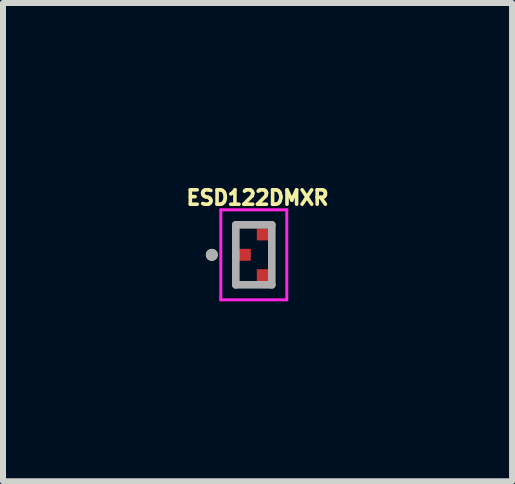
<source format=kicad_pcb>
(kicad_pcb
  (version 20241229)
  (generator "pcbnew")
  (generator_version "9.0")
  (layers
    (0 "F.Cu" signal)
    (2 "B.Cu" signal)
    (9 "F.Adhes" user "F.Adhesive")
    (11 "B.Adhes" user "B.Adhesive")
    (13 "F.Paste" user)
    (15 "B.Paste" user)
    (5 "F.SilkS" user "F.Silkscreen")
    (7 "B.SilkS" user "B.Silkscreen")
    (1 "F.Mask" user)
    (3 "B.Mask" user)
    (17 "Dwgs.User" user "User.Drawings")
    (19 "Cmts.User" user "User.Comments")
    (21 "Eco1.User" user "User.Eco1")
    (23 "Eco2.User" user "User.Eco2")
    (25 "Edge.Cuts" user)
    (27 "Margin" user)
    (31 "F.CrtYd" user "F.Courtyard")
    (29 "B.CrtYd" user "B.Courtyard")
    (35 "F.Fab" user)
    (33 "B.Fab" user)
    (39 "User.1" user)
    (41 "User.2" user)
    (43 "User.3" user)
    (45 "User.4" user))
  (footprint "ESD122DMXR"
    (layer "F.Cu")
    (at 1.181 1.198)
    (property "Reference" "ESD122DMXR" (at 0.062 -0.952 0) (layer "F.SilkS") (effects (font (size 0.24 0.24) (thickness 0.15))))
    (attr smd)
    (fp_poly (pts (xy -0.3 -0.1) (xy -0.3 0.1) (xy -0.3 0.103) (xy -0.3 0.105) (xy -0.299 0.108) (xy -0.299 0.11) (xy -0.298 0.113) (xy -0.298 0.115) (xy -0.297 0.118) (xy -0.296 0.12) (xy -0.295 0.123) (xy -0.293 0.125) (xy -0.292 0.127) (xy -0.29 0.129) (xy -0.289 0.131) (xy -0.287 0.133) (xy -0.285 0.135) (xy -0.283 0.137) (xy -0.281 0.139) (xy -0.279 0.14) (xy -0.277 0.142) (xy -0.275 0.143) (xy -0.273 0.145) (xy -0.27 0.146) (xy -0.268 0.147) (xy -0.265 0.148) (xy -0.263 0.148) (xy -0.26 0.149) (xy -0.258 0.149) (xy -0.255 0.15) (xy -0.253 0.15) (xy -0.25 0.15) (xy -0.05 0.15) (xy -0.047 0.15) (xy -0.045 0.15) (xy -0.042 0.149) (xy -0.04 0.149) (xy -0.037 0.148) (xy -0.035 0.148) (xy -0.032 0.147) (xy -0.03 0.146) (xy -0.027 0.145) (xy -0.025 0.143) (xy -0.023 0.142) (xy -0.021 0.14) (xy -0.019 0.139) (xy -0.017 0.137) (xy -0.015 0.135) (xy -0.013 0.133) (xy -0.011 0.131) (xy -0.01 0.129) (xy -0.008 0.127) (xy -0.007 0.125) (xy -0.005 0.123) (xy -0.004 0.12) (xy -0.003 0.118) (xy -0.002 0.115) (xy -0.002 0.113) (xy -0.001 0.11) (xy -0.001 0.108) (xy 0 0.105) (xy 0 0.103) (xy 0 0.1) (xy 0 -0.1) (xy 0 -0.103) (xy 0 -0.105) (xy -0.001 -0.108) (xy -0.001 -0.11) (xy -0.002 -0.113) (xy -0.002 -0.115) (xy -0.003 -0.118) (xy -0.004 -0.12) (xy -0.005 -0.123) (xy -0.007 -0.125) (xy -0.008 -0.127) (xy -0.01 -0.129) (xy -0.011 -0.131) (xy -0.013 -0.133) (xy -0.015 -0.135) (xy -0.017 -0.137) (xy -0.019 -0.139) (xy -0.021 -0.14) (xy -0.023 -0.142) (xy -0.025 -0.143) (xy -0.027 -0.145) (xy -0.03 -0.146) (xy -0.032 -0.147) (xy -0.035 -0.148) (xy -0.037 -0.148) (xy -0.04 -0.149) (xy -0.042 -0.149) (xy -0.045 -0.15) (xy -0.047 -0.15) (xy -0.05 -0.15) (xy -0.25 -0.15) (xy -0.253 -0.15) (xy -0.255 -0.15) (xy -0.258 -0.149) (xy -0.26 -0.149) (xy -0.263 -0.148) (xy -0.265 -0.148) (xy -0.268 -0.147) (xy -0.27 -0.146) (xy -0.273 -0.145) (xy -0.275 -0.143) (xy -0.277 -0.142) (xy -0.279 -0.14) (xy -0.281 -0.139) (xy -0.283 -0.137) (xy -0.285 -0.135) (xy -0.287 -0.133) (xy -0.289 -0.131) (xy -0.29 -0.129) (xy -0.292 -0.127) (xy -0.293 -0.125) (xy -0.295 -0.123) (xy -0.296 -0.12) (xy -0.297 -0.118) (xy -0.298 -0.115) (xy -0.298 -0.113) (xy -0.299 -0.11) (xy -0.299 -0.108) (xy -0.3 -0.105) (xy -0.3 -0.103) (xy -0.3 -0.1)) (stroke (width 0.01) (type solid)) (fill yes) (layer "F.Mask"))
    (fp_poly (pts (xy 0 -0.44) (xy 0 -0.24) (xy 0 -0.237) (xy 0 -0.235) (xy 0.001 -0.232) (xy 0.001 -0.23) (xy 0.002 -0.227) (xy 0.002 -0.225) (xy 0.003 -0.222) (xy 0.004 -0.22) (xy 0.005 -0.217) (xy 0.007 -0.215) (xy 0.008 -0.213) (xy 0.01 -0.211) (xy 0.011 -0.209) (xy 0.013 -0.207) (xy 0.015 -0.205) (xy 0.017 -0.203) (xy 0.019 -0.201) (xy 0.021 -0.2) (xy 0.023 -0.198) (xy 0.025 -0.197) (xy 0.027 -0.195) (xy 0.03 -0.194) (xy 0.032 -0.193) (xy 0.035 -0.192) (xy 0.037 -0.192) (xy 0.04 -0.191) (xy 0.042 -0.191) (xy 0.045 -0.19) (xy 0.047 -0.19) (xy 0.05 -0.19) (xy 0.25 -0.19) (xy 0.253 -0.19) (xy 0.255 -0.19) (xy 0.258 -0.191) (xy 0.26 -0.191) (xy 0.263 -0.192) (xy 0.265 -0.192) (xy 0.268 -0.193) (xy 0.27 -0.194) (xy 0.273 -0.195) (xy 0.275 -0.197) (xy 0.277 -0.198) (xy 0.279 -0.2) (xy 0.281 -0.201) (xy 0.283 -0.203) (xy 0.285 -0.205) (xy 0.287 -0.207) (xy 0.289 -0.209) (xy 0.29 -0.211) (xy 0.292 -0.213) (xy 0.293 -0.215) (xy 0.295 -0.217) (xy 0.296 -0.22) (xy 0.297 -0.222) (xy 0.298 -0.225) (xy 0.298 -0.227) (xy 0.299 -0.23) (xy 0.299 -0.232) (xy 0.3 -0.235) (xy 0.3 -0.237) (xy 0.3 -0.24) (xy 0.3 -0.44) (xy 0.3 -0.443) (xy 0.3 -0.445) (xy 0.299 -0.448) (xy 0.299 -0.45) (xy 0.298 -0.453) (xy 0.298 -0.455) (xy 0.297 -0.458) (xy 0.296 -0.46) (xy 0.295 -0.463) (xy 0.293 -0.465) (xy 0.292 -0.467) (xy 0.29 -0.469) (xy 0.289 -0.471) (xy 0.287 -0.473) (xy 0.285 -0.475) (xy 0.283 -0.477) (xy 0.281 -0.479) (xy 0.279 -0.48) (xy 0.277 -0.482) (xy 0.275 -0.483) (xy 0.273 -0.485) (xy 0.27 -0.486) (xy 0.268 -0.487) (xy 0.265 -0.488) (xy 0.263 -0.488) (xy 0.26 -0.489) (xy 0.258 -0.489) (xy 0.255 -0.49) (xy 0.253 -0.49) (xy 0.25 -0.49) (xy 0.05 -0.49) (xy 0.047 -0.49) (xy 0.045 -0.49) (xy 0.042 -0.489) (xy 0.04 -0.489) (xy 0.037 -0.488) (xy 0.035 -0.488) (xy 0.032 -0.487) (xy 0.03 -0.486) (xy 0.027 -0.485) (xy 0.025 -0.483) (xy 0.023 -0.482) (xy 0.021 -0.48) (xy 0.019 -0.479) (xy 0.017 -0.477) (xy 0.015 -0.475) (xy 0.013 -0.473) (xy 0.011 -0.471) (xy 0.01 -0.469) (xy 0.008 -0.467) (xy 0.007 -0.465) (xy 0.005 -0.463) (xy 0.004 -0.46) (xy 0.003 -0.458) (xy 0.002 -0.455) (xy 0.002 -0.453) (xy 0.001 -0.45) (xy 0.001 -0.448) (xy 0 -0.445) (xy 0 -0.443) (xy 0 -0.44)) (stroke (width 0.01) (type solid)) (fill yes) (layer "F.Mask"))
    (fp_poly (pts (xy 0 0.24) (xy 0 0.44) (xy 0 0.443) (xy 0 0.445) (xy 0.001 0.448) (xy 0.001 0.45) (xy 0.002 0.453) (xy 0.002 0.455) (xy 0.003 0.458) (xy 0.004 0.46) (xy 0.005 0.463) (xy 0.007 0.465) (xy 0.008 0.467) (xy 0.01 0.469) (xy 0.011 0.471) (xy 0.013 0.473) (xy 0.015 0.475) (xy 0.017 0.477) (xy 0.019 0.479) (xy 0.021 0.48) (xy 0.023 0.482) (xy 0.025 0.483) (xy 0.027 0.485) (xy 0.03 0.486) (xy 0.032 0.487) (xy 0.035 0.488) (xy 0.037 0.488) (xy 0.04 0.489) (xy 0.042 0.489) (xy 0.045 0.49) (xy 0.047 0.49) (xy 0.05 0.49) (xy 0.25 0.49) (xy 0.253 0.49) (xy 0.255 0.49) (xy 0.258 0.489) (xy 0.26 0.489) (xy 0.263 0.488) (xy 0.265 0.488) (xy 0.268 0.487) (xy 0.27 0.486) (xy 0.273 0.485) (xy 0.275 0.483) (xy 0.277 0.482) (xy 0.279 0.48) (xy 0.281 0.479) (xy 0.283 0.477) (xy 0.285 0.475) (xy 0.287 0.473) (xy 0.289 0.471) (xy 0.29 0.469) (xy 0.292 0.467) (xy 0.293 0.465) (xy 0.295 0.463) (xy 0.296 0.46) (xy 0.297 0.458) (xy 0.298 0.455) (xy 0.298 0.453) (xy 0.299 0.45) (xy 0.299 0.448) (xy 0.3 0.445) (xy 0.3 0.443) (xy 0.3 0.44) (xy 0.3 0.24) (xy 0.3 0.237) (xy 0.3 0.235) (xy 0.299 0.232) (xy 0.299 0.23) (xy 0.298 0.227) (xy 0.298 0.225) (xy 0.297 0.222) (xy 0.296 0.22) (xy 0.295 0.217) (xy 0.293 0.215) (xy 0.292 0.213) (xy 0.29 0.211) (xy 0.289 0.209) (xy 0.287 0.207) (xy 0.285 0.205) (xy 0.283 0.203) (xy 0.281 0.201) (xy 0.279 0.2) (xy 0.277 0.198) (xy 0.275 0.197) (xy 0.273 0.195) (xy 0.27 0.194) (xy 0.268 0.193) (xy 0.265 0.192) (xy 0.263 0.192) (xy 0.26 0.191) (xy 0.258 0.191) (xy 0.255 0.19) (xy 0.253 0.19) (xy 0.25 0.19) (xy 0.05 0.19) (xy 0.047 0.19) (xy 0.045 0.19) (xy 0.042 0.191) (xy 0.04 0.191) (xy 0.037 0.192) (xy 0.035 0.192) (xy 0.032 0.193) (xy 0.03 0.194) (xy 0.027 0.195) (xy 0.025 0.197) (xy 0.023 0.198) (xy 0.021 0.2) (xy 0.019 0.201) (xy 0.017 0.203) (xy 0.015 0.205) (xy 0.013 0.207) (xy 0.011 0.209) (xy 0.01 0.211) (xy 0.008 0.213) (xy 0.007 0.215) (xy 0.005 0.217) (xy 0.004 0.22) (xy 0.003 0.222) (xy 0.002 0.225) (xy 0.002 0.227) (xy 0.001 0.23) (xy 0.001 0.232) (xy 0 0.235) (xy 0 0.237) (xy 0 0.24)) (stroke (width 0.01) (type solid)) (fill yes) (layer "F.Mask"))
    (fp_circle (center -0.7 0) (end -0.65 0) (stroke (width 0.1) (type solid)) (fill no) (layer "F.SilkS"))
    (fp_poly (pts (xy -0.205 -0.105) (xy -0.208 -0.105) (xy -0.21 -0.105) (xy -0.213 -0.104) (xy -0.215 -0.104) (xy -0.218 -0.103) (xy -0.22 -0.103) (xy -0.223 -0.102) (xy -0.225 -0.101) (xy -0.228 -0.1) (xy -0.23 -0.098) (xy -0.232 -0.097) (xy -0.234 -0.095) (xy -0.236 -0.094) (xy -0.238 -0.092) (xy -0.24 -0.09) (xy -0.242 -0.088) (xy -0.244 -0.086) (xy -0.245 -0.084) (xy -0.247 -0.082) (xy -0.248 -0.08) (xy -0.25 -0.078) (xy -0.251 -0.075) (xy -0.252 -0.073) (xy -0.253 -0.07) (xy -0.253 -0.068) (xy -0.254 -0.065) (xy -0.254 -0.063) (xy -0.255 -0.06) (xy -0.255 -0.058) (xy -0.255 -0.055) (xy -0.255 0.055) (xy -0.255 0.058) (xy -0.255 0.06) (xy -0.254 0.063) (xy -0.254 0.065) (xy -0.253 0.068) (xy -0.253 0.07) (xy -0.252 0.073) (xy -0.251 0.075) (xy -0.25 0.078) (xy -0.248 0.08) (xy -0.247 0.082) (xy -0.245 0.084) (xy -0.244 0.086) (xy -0.242 0.088) (xy -0.24 0.09) (xy -0.238 0.092) (xy -0.236 0.094) (xy -0.234 0.095) (xy -0.232 0.097) (xy -0.23 0.098) (xy -0.228 0.1) (xy -0.225 0.101) (xy -0.223 0.102) (xy -0.22 0.103) (xy -0.218 0.103) (xy -0.215 0.104) (xy -0.213 0.104) (xy -0.21 0.105) (xy -0.208 0.105) (xy -0.205 0.105) (xy -0.095 0.105) (xy -0.092 0.105) (xy -0.09 0.105) (xy -0.087 0.104) (xy -0.085 0.104) (xy -0.082 0.103) (xy -0.08 0.103) (xy -0.077 0.102) (xy -0.075 0.101) (xy -0.072 0.1) (xy -0.07 0.098) (xy -0.068 0.097) (xy -0.066 0.095) (xy -0.064 0.094) (xy -0.062 0.092) (xy -0.06 0.09) (xy -0.058 0.088) (xy -0.056 0.086) (xy -0.055 0.084) (xy -0.053 0.082) (xy -0.052 0.08) (xy -0.05 0.078) (xy -0.049 0.075) (xy -0.048 0.073) (xy -0.047 0.07) (xy -0.047 0.068) (xy -0.046 0.065) (xy -0.046 0.063) (xy -0.045 0.06) (xy -0.045 0.058) (xy -0.045 0.055) (xy -0.045 -0.055) (xy -0.045 -0.058) (xy -0.045 -0.06) (xy -0.046 -0.063) (xy -0.046 -0.065) (xy -0.047 -0.068) (xy -0.047 -0.07) (xy -0.048 -0.073) (xy -0.049 -0.075) (xy -0.05 -0.078) (xy -0.052 -0.08) (xy -0.053 -0.082) (xy -0.055 -0.084) (xy -0.056 -0.086) (xy -0.058 -0.088) (xy -0.06 -0.09) (xy -0.062 -0.092) (xy -0.064 -0.094) (xy -0.066 -0.095) (xy -0.068 -0.097) (xy -0.07 -0.098) (xy -0.072 -0.1) (xy -0.075 -0.101) (xy -0.077 -0.102) (xy -0.08 -0.103) (xy -0.082 -0.103) (xy -0.085 -0.104) (xy -0.087 -0.104) (xy -0.09 -0.105) (xy -0.092 -0.105) (xy -0.095 -0.105) (xy -0.205 -0.105)) (stroke (width 0.01) (type solid)) (fill yes) (layer "F.Paste"))
    (fp_poly (pts (xy 0.095 -0.445) (xy 0.092 -0.445) (xy 0.09 -0.445) (xy 0.087 -0.444) (xy 0.085 -0.444) (xy 0.082 -0.443) (xy 0.08 -0.443) (xy 0.077 -0.442) (xy 0.075 -0.441) (xy 0.072 -0.44) (xy 0.07 -0.438) (xy 0.068 -0.437) (xy 0.066 -0.435) (xy 0.064 -0.434) (xy 0.062 -0.432) (xy 0.06 -0.43) (xy 0.058 -0.428) (xy 0.056 -0.426) (xy 0.055 -0.424) (xy 0.053 -0.422) (xy 0.052 -0.42) (xy 0.05 -0.418) (xy 0.049 -0.415) (xy 0.048 -0.413) (xy 0.047 -0.41) (xy 0.047 -0.408) (xy 0.046 -0.405) (xy 0.046 -0.403) (xy 0.045 -0.4) (xy 0.045 -0.398) (xy 0.045 -0.395) (xy 0.045 -0.285) (xy 0.045 -0.282) (xy 0.045 -0.28) (xy 0.046 -0.277) (xy 0.046 -0.275) (xy 0.047 -0.272) (xy 0.047 -0.27) (xy 0.048 -0.267) (xy 0.049 -0.265) (xy 0.05 -0.262) (xy 0.052 -0.26) (xy 0.053 -0.258) (xy 0.055 -0.256) (xy 0.056 -0.254) (xy 0.058 -0.252) (xy 0.06 -0.25) (xy 0.062 -0.248) (xy 0.064 -0.246) (xy 0.066 -0.245) (xy 0.068 -0.243) (xy 0.07 -0.242) (xy 0.072 -0.24) (xy 0.075 -0.239) (xy 0.077 -0.238) (xy 0.08 -0.237) (xy 0.082 -0.237) (xy 0.085 -0.236) (xy 0.087 -0.236) (xy 0.09 -0.235) (xy 0.092 -0.235) (xy 0.095 -0.235) (xy 0.205 -0.235) (xy 0.208 -0.235) (xy 0.21 -0.235) (xy 0.213 -0.236) (xy 0.215 -0.236) (xy 0.218 -0.237) (xy 0.22 -0.237) (xy 0.223 -0.238) (xy 0.225 -0.239) (xy 0.228 -0.24) (xy 0.23 -0.242) (xy 0.232 -0.243) (xy 0.234 -0.245) (xy 0.236 -0.246) (xy 0.238 -0.248) (xy 0.24 -0.25) (xy 0.242 -0.252) (xy 0.244 -0.254) (xy 0.245 -0.256) (xy 0.247 -0.258) (xy 0.248 -0.26) (xy 0.25 -0.262) (xy 0.251 -0.265) (xy 0.252 -0.267) (xy 0.253 -0.27) (xy 0.253 -0.272) (xy 0.254 -0.275) (xy 0.254 -0.277) (xy 0.255 -0.28) (xy 0.255 -0.282) (xy 0.255 -0.285) (xy 0.255 -0.395) (xy 0.255 -0.398) (xy 0.255 -0.4) (xy 0.254 -0.403) (xy 0.254 -0.405) (xy 0.253 -0.408) (xy 0.253 -0.41) (xy 0.252 -0.413) (xy 0.251 -0.415) (xy 0.25 -0.418) (xy 0.248 -0.42) (xy 0.247 -0.422) (xy 0.245 -0.424) (xy 0.244 -0.426) (xy 0.242 -0.428) (xy 0.24 -0.43) (xy 0.238 -0.432) (xy 0.236 -0.434) (xy 0.234 -0.435) (xy 0.232 -0.437) (xy 0.23 -0.438) (xy 0.228 -0.44) (xy 0.225 -0.441) (xy 0.223 -0.442) (xy 0.22 -0.443) (xy 0.218 -0.443) (xy 0.215 -0.444) (xy 0.213 -0.444) (xy 0.21 -0.445) (xy 0.208 -0.445) (xy 0.205 -0.445) (xy 0.095 -0.445)) (stroke (width 0.01) (type solid)) (fill yes) (layer "F.Paste"))
    (fp_poly (pts (xy 0.095 0.235) (xy 0.092 0.235) (xy 0.09 0.235) (xy 0.087 0.236) (xy 0.085 0.236) (xy 0.082 0.237) (xy 0.08 0.237) (xy 0.077 0.238) (xy 0.075 0.239) (xy 0.072 0.24) (xy 0.07 0.242) (xy 0.068 0.243) (xy 0.066 0.245) (xy 0.064 0.246) (xy 0.062 0.248) (xy 0.06 0.25) (xy 0.058 0.252) (xy 0.056 0.254) (xy 0.055 0.256) (xy 0.053 0.258) (xy 0.052 0.26) (xy 0.05 0.262) (xy 0.049 0.265) (xy 0.048 0.267) (xy 0.047 0.27) (xy 0.047 0.272) (xy 0.046 0.275) (xy 0.046 0.277) (xy 0.045 0.28) (xy 0.045 0.282) (xy 0.045 0.285) (xy 0.045 0.395) (xy 0.045 0.398) (xy 0.045 0.4) (xy 0.046 0.403) (xy 0.046 0.405) (xy 0.047 0.408) (xy 0.047 0.41) (xy 0.048 0.413) (xy 0.049 0.415) (xy 0.05 0.418) (xy 0.052 0.42) (xy 0.053 0.422) (xy 0.055 0.424) (xy 0.056 0.426) (xy 0.058 0.428) (xy 0.06 0.43) (xy 0.062 0.432) (xy 0.064 0.434) (xy 0.066 0.435) (xy 0.068 0.437) (xy 0.07 0.438) (xy 0.072 0.44) (xy 0.075 0.441) (xy 0.077 0.442) (xy 0.08 0.443) (xy 0.082 0.443) (xy 0.085 0.444) (xy 0.087 0.444) (xy 0.09 0.445) (xy 0.092 0.445) (xy 0.095 0.445) (xy 0.205 0.445) (xy 0.208 0.445) (xy 0.21 0.445) (xy 0.213 0.444) (xy 0.215 0.444) (xy 0.218 0.443) (xy 0.22 0.443) (xy 0.223 0.442) (xy 0.225 0.441) (xy 0.228 0.44) (xy 0.23 0.438) (xy 0.232 0.437) (xy 0.234 0.435) (xy 0.236 0.434) (xy 0.238 0.432) (xy 0.24 0.43) (xy 0.242 0.428) (xy 0.244 0.426) (xy 0.245 0.424) (xy 0.247 0.422) (xy 0.248 0.42) (xy 0.25 0.418) (xy 0.251 0.415) (xy 0.252 0.413) (xy 0.253 0.41) (xy 0.253 0.408) (xy 0.254 0.405) (xy 0.254 0.403) (xy 0.255 0.4) (xy 0.255 0.398) (xy 0.255 0.395) (xy 0.255 0.285) (xy 0.255 0.282) (xy 0.255 0.28) (xy 0.254 0.277) (xy 0.254 0.275) (xy 0.253 0.272) (xy 0.253 0.27) (xy 0.252 0.267) (xy 0.251 0.265) (xy 0.25 0.262) (xy 0.248 0.26) (xy 0.247 0.258) (xy 0.245 0.256) (xy 0.244 0.254) (xy 0.242 0.252) (xy 0.24 0.25) (xy 0.238 0.248) (xy 0.236 0.246) (xy 0.234 0.245) (xy 0.232 0.243) (xy 0.23 0.242) (xy 0.228 0.24) (xy 0.225 0.239) (xy 0.223 0.238) (xy 0.22 0.237) (xy 0.218 0.237) (xy 0.215 0.236) (xy 0.213 0.236) (xy 0.21 0.235) (xy 0.208 0.235) (xy 0.205 0.235) (xy 0.095 0.235)) (stroke (width 0.01) (type solid)) (fill yes) (layer "F.Paste"))
    (fp_line (start -0.55 -0.75) (end -0.55 0.75) (stroke (width 0.05) (type solid)) (layer "F.CrtYd"))
    (fp_line (start -0.55 0.75) (end 0.55 0.75) (stroke (width 0.05) (type solid)) (layer "F.CrtYd"))
    (fp_line (start 0.55 -0.75) (end -0.55 -0.75) (stroke (width 0.05) (type solid)) (layer "F.CrtYd"))
    (fp_line (start 0.55 0.75) (end 0.55 -0.75) (stroke (width 0.05) (type solid)) (layer "F.CrtYd"))
    (fp_line (start -0.3 -0.5) (end 0.3 -0.5) (stroke (width 0.127) (type solid)) (layer "F.Fab"))
    (fp_line (start -0.3 0.5) (end -0.3 -0.5) (stroke (width 0.127) (type solid)) (layer "F.Fab"))
    (fp_line (start 0.3 -0.5) (end 0.3 0.5) (stroke (width 0.127) (type solid)) (layer "F.Fab"))
    (fp_line (start 0.3 0.5) (end -0.3 0.5) (stroke (width 0.127) (type solid)) (layer "F.Fab"))
    (fp_circle (center -0.7 0) (end -0.65 0) (stroke (width 0.1) (type solid)) (fill no) (layer "F.Fab"))
    (pad "1" smd roundrect (at -0.15 0) (size 0.2 0.2) (layers "F.Cu") (roundrect_rratio 0.05))
    (pad "2" smd roundrect (at 0.15 0.34) (size 0.2 0.2) (layers "F.Cu") (roundrect_rratio 0.05))
    (pad "3" smd roundrect (at 0.15 -0.34) (size 0.2 0.2) (layers "F.Cu") (roundrect_rratio 0.05)))
  (gr_rect
    (start -3 -3)
    (end 5.486 4.973)
    (stroke (width 0.1) (type default))
    (fill no)
    (layer "Edge.Cuts")))
</source>
